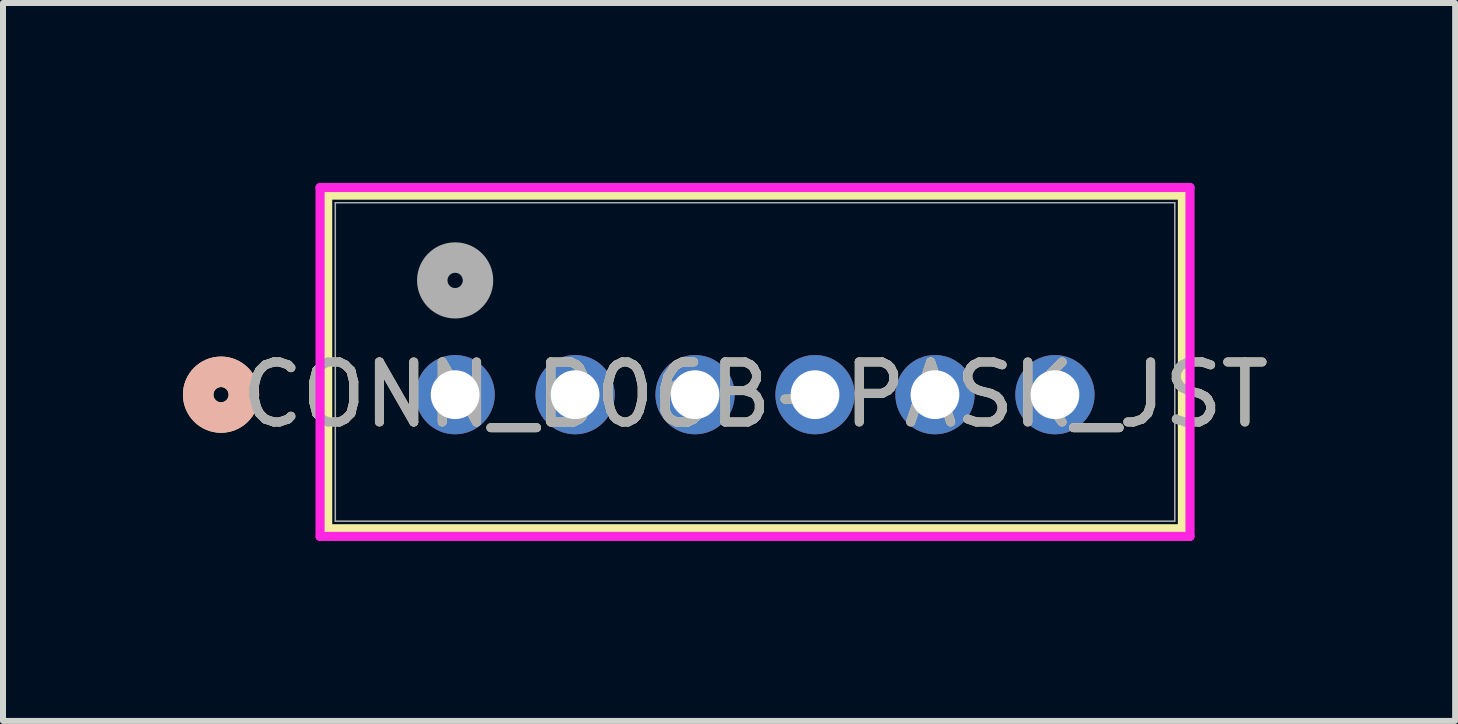
<source format=kicad_pcb>
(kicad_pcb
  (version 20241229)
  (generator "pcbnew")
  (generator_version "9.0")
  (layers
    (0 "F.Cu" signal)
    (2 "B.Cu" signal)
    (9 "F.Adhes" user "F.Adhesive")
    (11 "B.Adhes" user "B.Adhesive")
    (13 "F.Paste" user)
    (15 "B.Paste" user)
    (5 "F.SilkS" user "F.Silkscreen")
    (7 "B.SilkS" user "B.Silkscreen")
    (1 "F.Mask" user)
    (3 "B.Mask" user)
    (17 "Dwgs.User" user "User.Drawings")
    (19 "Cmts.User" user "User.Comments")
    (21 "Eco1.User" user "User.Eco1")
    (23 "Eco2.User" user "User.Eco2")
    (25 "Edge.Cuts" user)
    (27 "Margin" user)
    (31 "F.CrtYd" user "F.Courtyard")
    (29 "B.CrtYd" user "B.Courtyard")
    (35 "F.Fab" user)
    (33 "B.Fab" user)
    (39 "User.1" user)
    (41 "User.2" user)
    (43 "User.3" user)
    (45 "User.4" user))
  (footprint "CONN_B06B-PASK_JST"
    (layer "F.Cu")
    (at 4.538 3.53)
    (property "Reference" "CONN_B06B-PASK_JST" (at 5 0 0) (unlocked yes) (layer "F.SilkS") (effects (font (size 1 1) (thickness 0.15))))
    (attr through_hole)
    (fp_line (start -2.125 -3.327) (end -2.125 2.236) (stroke (width 0.152) (type solid)) (layer "F.SilkS"))
    (fp_line (start -2.125 2.236) (end 12.125 2.236) (stroke (width 0.152) (type solid)) (layer "F.SilkS"))
    (fp_line (start 12.125 -3.327) (end -2.125 -3.327) (stroke (width 0.152) (type solid)) (layer "F.SilkS"))
    (fp_line (start 12.125 2.236) (end 12.125 -3.327) (stroke (width 0.152) (type solid)) (layer "F.SilkS"))
    (fp_circle (center -3.903 0) (end -3.522 0) (stroke (width 0.508) (type solid)) (fill no) (layer "F.SilkS"))
    (fp_circle (center -3.903 0) (end -3.522 0) (stroke (width 0.508) (type solid)) (fill no) (layer "B.SilkS"))
    (fp_line (start -2.252 -3.454) (end -2.252 2.363) (stroke (width 0.152) (type solid)) (layer "F.CrtYd"))
    (fp_line (start -2.252 2.363) (end 12.252 2.363) (stroke (width 0.152) (type solid)) (layer "F.CrtYd"))
    (fp_line (start 12.252 -3.454) (end -2.252 -3.454) (stroke (width 0.152) (type solid)) (layer "F.CrtYd"))
    (fp_line (start 12.252 2.363) (end 12.252 -3.454) (stroke (width 0.152) (type solid)) (layer "F.CrtYd"))
    (fp_line (start -1.998 -3.2) (end -1.998 2.109) (stroke (width 0.025) (type solid)) (layer "F.Fab"))
    (fp_line (start -1.998 2.109) (end 11.998 2.109) (stroke (width 0.025) (type solid)) (layer "F.Fab"))
    (fp_line (start 11.998 -3.2) (end -1.998 -3.2) (stroke (width 0.025) (type solid)) (layer "F.Fab"))
    (fp_line (start 11.998 2.109) (end 11.998 -3.2) (stroke (width 0.025) (type solid)) (layer "F.Fab"))
    (fp_circle (center 0 -1.905) (end 0.381 -1.905) (stroke (width 0.508) (type solid)) (fill no) (layer "F.Fab"))
    (fp_text user "${REFERENCE}" (at 5 0 0) (unlocked yes) (layer "F.Fab") (effects (font (size 1 1) (thickness 0.15))))
    (pad "1" thru_hole circle (at 0 0) (size 1.321 1.321) (drill 0.813) (layers "*.Cu" "*.Mask"))
    (pad "2" thru_hole circle (at 2 0) (size 1.321 1.321) (drill 0.813) (layers "*.Cu" "*.Mask"))
    (pad "3" thru_hole circle (at 4 0) (size 1.321 1.321) (drill 0.813) (layers "*.Cu" "*.Mask"))
    (pad "4" thru_hole circle (at 6 0) (size 1.321 1.321) (drill 0.813) (layers "*.Cu" "*.Mask"))
    (pad "5" thru_hole circle (at 8 0) (size 1.321 1.321) (drill 0.813) (layers "*.Cu" "*.Mask"))
    (pad "6" thru_hole circle (at 10 0) (size 1.321 1.321) (drill 0.813) (layers "*.Cu" "*.Mask")))
  (gr_rect
    (start -3 -3)
    (end 21.21 8.969)
    (stroke (width 0.1) (type default))
    (fill no)
    (layer "Edge.Cuts")))
</source>
